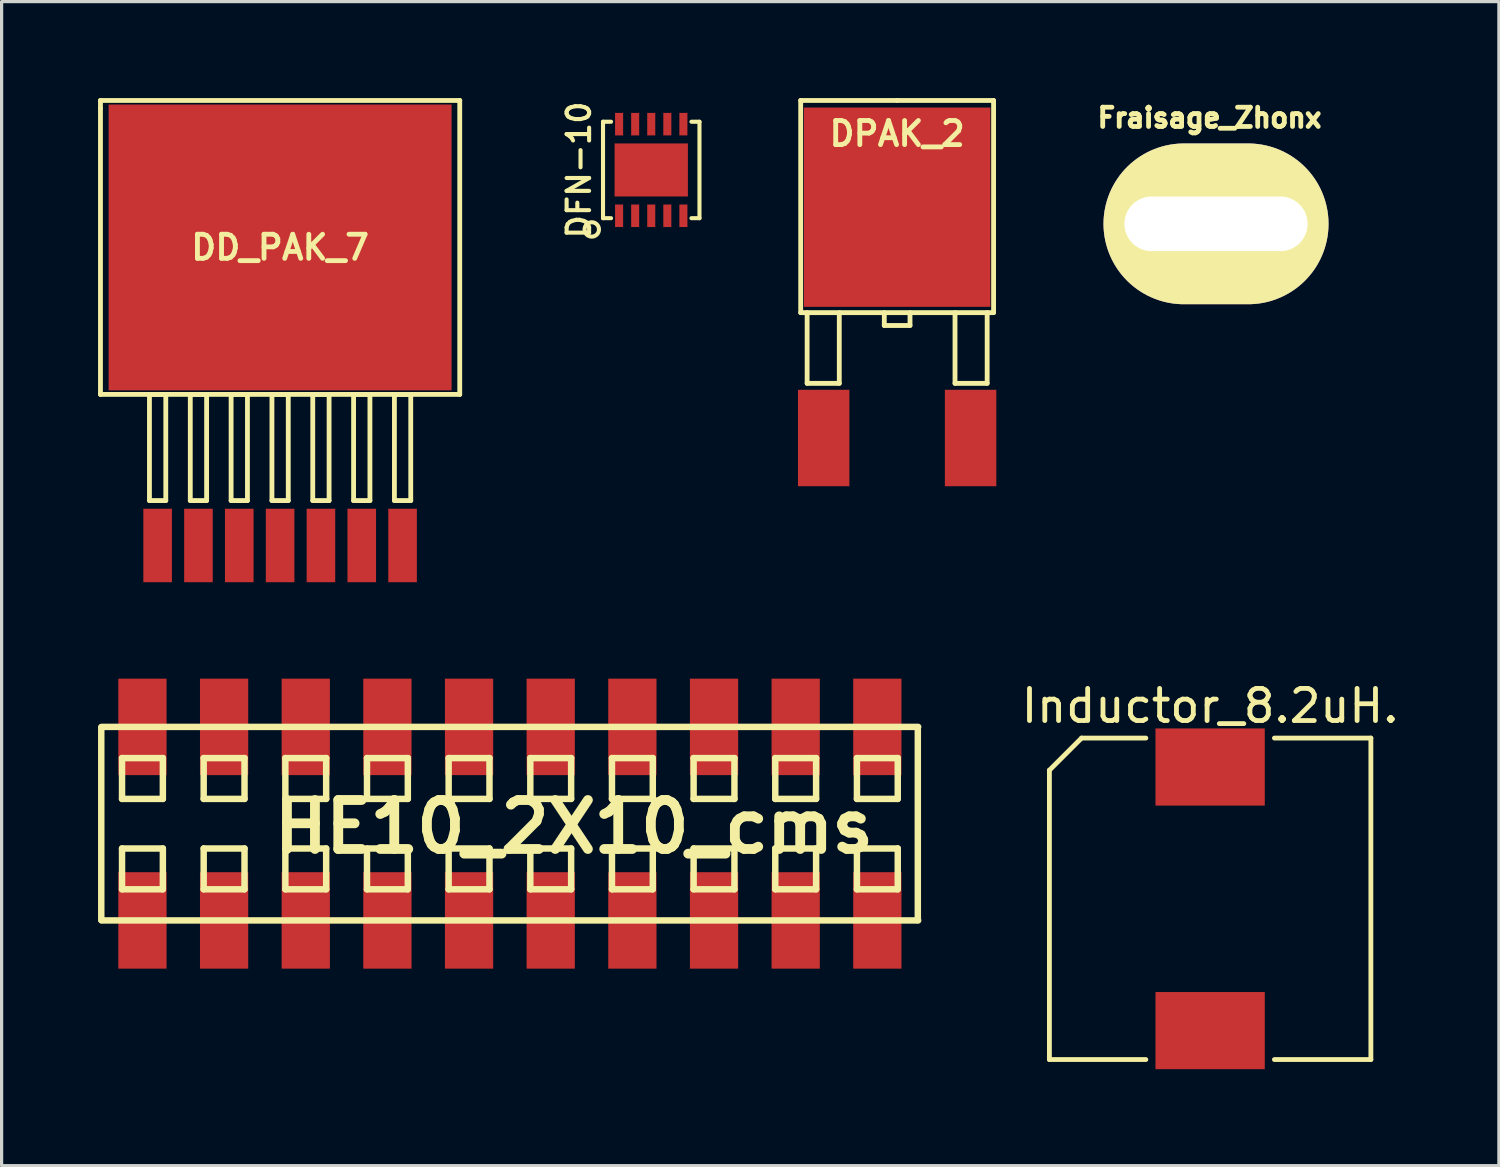
<source format=kicad_pcb>
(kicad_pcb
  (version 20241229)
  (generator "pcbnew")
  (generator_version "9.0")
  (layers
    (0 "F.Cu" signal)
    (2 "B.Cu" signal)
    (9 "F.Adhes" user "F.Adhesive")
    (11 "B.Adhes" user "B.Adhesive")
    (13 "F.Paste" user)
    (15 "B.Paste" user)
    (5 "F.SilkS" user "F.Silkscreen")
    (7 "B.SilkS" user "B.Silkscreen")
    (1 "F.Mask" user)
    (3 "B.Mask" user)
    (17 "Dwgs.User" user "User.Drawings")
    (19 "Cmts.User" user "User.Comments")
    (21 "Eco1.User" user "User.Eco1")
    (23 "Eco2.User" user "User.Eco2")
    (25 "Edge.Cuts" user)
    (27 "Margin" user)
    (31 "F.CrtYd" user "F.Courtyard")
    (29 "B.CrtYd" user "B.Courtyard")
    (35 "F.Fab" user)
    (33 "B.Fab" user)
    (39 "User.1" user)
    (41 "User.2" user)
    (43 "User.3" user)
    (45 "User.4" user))
  (footprint "Fraisage_Zhonx"
    (layer "F.Cu")
    (at 34.776 3.913)
    (property "Reference" "Fraisage_Zhonx" (at -0.201 -3.299 0) (layer "F.SilkS") (effects (font (size 0.599 0.599) (thickness 0.15))))
    (attr through_hole)
    (pad "1" thru_hole oval (at 0 0) (size 7 5.001) (drill oval 5.7 1.699) (layers "*.Cu" "*.Mask" "F.SilkS")))
  (footprint "DPAK_2"
    (layer "F.Cu")
    (at 24.857 3.395)
    (property "Reference" "DPAK_2" (at 0 -2.286 0) (layer "F.SilkS") (effects (font (size 0.75 0.75) (thickness 0.15))))
    (attr through_hole)
    (fp_line (start -3 -3.32) (end 0 -3.32) (stroke (width 0.15) (type solid)) (layer "F.SilkS"))
    (fp_line (start -3 3.28) (end -3 -3.32) (stroke (width 0.15) (type solid)) (layer "F.SilkS"))
    (fp_line (start -2.8 3.28) (end -2.8 5.48) (stroke (width 0.15) (type solid)) (layer "F.SilkS"))
    (fp_line (start -2.8 5.48) (end -1.8 5.48) (stroke (width 0.15) (type solid)) (layer "F.SilkS"))
    (fp_line (start -1.8 5.48) (end -1.8 3.28) (stroke (width 0.15) (type solid)) (layer "F.SilkS"))
    (fp_line (start -0.4 3.28) (end -0.4 3.68) (stroke (width 0.15) (type solid)) (layer "F.SilkS"))
    (fp_line (start -0.4 3.68) (end 0.4 3.68) (stroke (width 0.15) (type solid)) (layer "F.SilkS"))
    (fp_line (start 0 -3.32) (end 3 -3.32) (stroke (width 0.15) (type solid)) (layer "F.SilkS"))
    (fp_line (start 0.4 3.68) (end 0.4 3.28) (stroke (width 0.15) (type solid)) (layer "F.SilkS"))
    (fp_line (start 1.8 5.48) (end 1.8 3.28) (stroke (width 0.15) (type solid)) (layer "F.SilkS"))
    (fp_line (start 2.8 3.28) (end 2.8 5.48) (stroke (width 0.15) (type solid)) (layer "F.SilkS"))
    (fp_line (start 2.8 5.48) (end 1.8 5.48) (stroke (width 0.15) (type solid)) (layer "F.SilkS"))
    (fp_line (start 3 -3.32) (end 3 3.28) (stroke (width 0.15) (type solid)) (layer "F.SilkS"))
    (fp_line (start 3 3.28) (end -3 3.28) (stroke (width 0.15) (type solid)) (layer "F.SilkS"))
    (pad "1" smd rect (at -2.285 7.18) (size 1.6 3) (layers "F.Cu" "F.Mask" "F.Paste"))
    (pad "1" smd rect (at 2.285 7.18) (size 1.6 3) (layers "F.Cu" "F.Mask" "F.Paste"))
    (pad "2" smd rect (at 0 0) (size 5.8 6.2) (layers "F.Cu" "F.Mask" "F.Paste")))
  (footprint "DD_PAK_7"
    (layer "F.Cu")
    (at 5.663 4.647)
    (property "Reference" "DD_PAK_7" (at 0 0 0) (layer "F.SilkS") (effects (font (size 0.75 0.75) (thickness 0.15))))
    (attr through_hole)
    (fp_line (start -5.588 -4.572) (end 5.588 -4.572) (stroke (width 0.15) (type solid)) (layer "F.SilkS"))
    (fp_line (start -5.588 -4.318) (end -5.588 -4.572) (stroke (width 0.15) (type solid)) (layer "F.SilkS"))
    (fp_line (start -5.588 4.572) (end -5.588 -4.318) (stroke (width 0.15) (type solid)) (layer "F.SilkS"))
    (fp_line (start -4.064 4.572) (end -3.556 4.572) (stroke (width 0.15) (type solid)) (layer "F.SilkS"))
    (fp_line (start -4.064 7.874) (end -4.064 4.572) (stroke (width 0.15) (type solid)) (layer "F.SilkS"))
    (fp_line (start -3.556 4.572) (end -3.556 7.874) (stroke (width 0.15) (type solid)) (layer "F.SilkS"))
    (fp_line (start -3.556 7.874) (end -4.064 7.874) (stroke (width 0.15) (type solid)) (layer "F.SilkS"))
    (fp_line (start -2.794 4.572) (end -2.286 4.572) (stroke (width 0.15) (type solid)) (layer "F.SilkS"))
    (fp_line (start -2.794 7.874) (end -2.794 4.572) (stroke (width 0.15) (type solid)) (layer "F.SilkS"))
    (fp_line (start -2.286 4.572) (end -2.286 7.874) (stroke (width 0.15) (type solid)) (layer "F.SilkS"))
    (fp_line (start -2.286 7.874) (end -2.794 7.874) (stroke (width 0.15) (type solid)) (layer "F.SilkS"))
    (fp_line (start -1.524 4.572) (end -1.524 7.874) (stroke (width 0.15) (type solid)) (layer "F.SilkS"))
    (fp_line (start -1.524 7.874) (end -1.016 7.874) (stroke (width 0.15) (type solid)) (layer "F.SilkS"))
    (fp_line (start -1.016 4.572) (end -1.524 4.572) (stroke (width 0.15) (type solid)) (layer "F.SilkS"))
    (fp_line (start -1.016 7.874) (end -1.016 4.572) (stroke (width 0.15) (type solid)) (layer "F.SilkS"))
    (fp_line (start -0.254 4.572) (end -0.254 7.874) (stroke (width 0.15) (type solid)) (layer "F.SilkS"))
    (fp_line (start -0.254 7.874) (end 0.254 7.874) (stroke (width 0.15) (type solid)) (layer "F.SilkS"))
    (fp_line (start 0.254 4.572) (end -0.254 4.572) (stroke (width 0.15) (type solid)) (layer "F.SilkS"))
    (fp_line (start 0.254 7.874) (end 0.254 4.572) (stroke (width 0.15) (type solid)) (layer "F.SilkS"))
    (fp_line (start 1.016 4.572) (end 1.016 7.874) (stroke (width 0.15) (type solid)) (layer "F.SilkS"))
    (fp_line (start 1.016 7.874) (end 1.524 7.874) (stroke (width 0.15) (type solid)) (layer "F.SilkS"))
    (fp_line (start 1.524 4.572) (end 1.016 4.572) (stroke (width 0.15) (type solid)) (layer "F.SilkS"))
    (fp_line (start 1.524 7.874) (end 1.524 4.572) (stroke (width 0.15) (type solid)) (layer "F.SilkS"))
    (fp_line (start 2.286 4.572) (end 2.286 7.874) (stroke (width 0.15) (type solid)) (layer "F.SilkS"))
    (fp_line (start 2.286 7.874) (end 2.794 7.874) (stroke (width 0.15) (type solid)) (layer "F.SilkS"))
    (fp_line (start 2.794 4.572) (end 2.286 4.572) (stroke (width 0.15) (type solid)) (layer "F.SilkS"))
    (fp_line (start 2.794 7.874) (end 2.794 4.572) (stroke (width 0.15) (type solid)) (layer "F.SilkS"))
    (fp_line (start 3.556 4.572) (end 3.556 7.874) (stroke (width 0.15) (type solid)) (layer "F.SilkS"))
    (fp_line (start 3.556 7.874) (end 4.064 7.874) (stroke (width 0.15) (type solid)) (layer "F.SilkS"))
    (fp_line (start 4.064 4.572) (end 3.556 4.572) (stroke (width 0.15) (type solid)) (layer "F.SilkS"))
    (fp_line (start 4.064 7.874) (end 4.064 4.572) (stroke (width 0.15) (type solid)) (layer "F.SilkS"))
    (fp_line (start 5.588 -4.572) (end 5.588 4.572) (stroke (width 0.15) (type solid)) (layer "F.SilkS"))
    (fp_line (start 5.588 4.572) (end -5.588 4.572) (stroke (width 0.15) (type solid)) (layer "F.SilkS"))
    (pad "1" smd rect (at -3.81 9.271) (size 0.889 2.286) (layers "F.Cu" "F.Mask" "F.Paste"))
    (pad "2" smd rect (at -2.54 9.271) (size 0.889 2.286) (layers "F.Cu" "F.Mask" "F.Paste"))
    (pad "3" smd rect (at -1.27 9.271) (size 0.889 2.286) (layers "F.Cu" "F.Mask" "F.Paste"))
    (pad "4" smd rect (at 0 0) (size 10.668 8.89) (layers "F.Cu" "F.Mask" "F.Paste"))
    (pad "4" smd rect (at 0 9.271) (size 0.889 2.286) (layers "F.Cu" "F.Mask" "F.Paste"))
    (pad "5" smd rect (at 1.27 9.271) (size 0.889 2.286) (layers "F.Cu" "F.Mask" "F.Paste"))
    (pad "6" smd rect (at 2.54 9.271) (size 0.889 2.286) (layers "F.Cu" "F.Mask" "F.Paste"))
    (pad "7" smd rect (at 3.81 9.271) (size 0.889 2.286) (layers "F.Cu" "F.Mask" "F.Paste")))
  (footprint "HE10_2X10_cms"
    (layer "F.Cu")
    (at 14.802 22.571)
    (property "Reference" "HE10_2X10_cms" (at 0 0.099 0) (layer "F.SilkS") (effects (font (size 1.524 1.524) (thickness 0.305))))
    (attr through_hole)
    (fp_line (start -14.702 3) (end -14.702 -3) (stroke (width 0.201) (type solid)) (layer "F.SilkS"))
    (fp_line (start -14.691 3.01) (end 10.709 3.01) (stroke (width 0.201) (type solid)) (layer "F.SilkS"))
    (fp_line (start -14.056 -2.04) (end -12.786 -2.04) (stroke (width 0.201) (type solid)) (layer "F.SilkS"))
    (fp_line (start -14.056 -0.77) (end -14.056 -2.04) (stroke (width 0.201) (type solid)) (layer "F.SilkS"))
    (fp_line (start -14.056 0.772) (end -12.786 0.772) (stroke (width 0.201) (type solid)) (layer "F.SilkS"))
    (fp_line (start -14.056 2.042) (end -14.056 0.772) (stroke (width 0.201) (type solid)) (layer "F.SilkS"))
    (fp_line (start -12.786 -2.04) (end -12.786 -0.77) (stroke (width 0.201) (type solid)) (layer "F.SilkS"))
    (fp_line (start -12.786 -0.77) (end -14.056 -0.77) (stroke (width 0.201) (type solid)) (layer "F.SilkS"))
    (fp_line (start -12.786 0.772) (end -12.786 2.042) (stroke (width 0.201) (type solid)) (layer "F.SilkS"))
    (fp_line (start -12.786 2.042) (end -14.056 2.042) (stroke (width 0.201) (type solid)) (layer "F.SilkS"))
    (fp_line (start -11.516 -2.04) (end -10.246 -2.04) (stroke (width 0.201) (type solid)) (layer "F.SilkS"))
    (fp_line (start -11.516 -0.77) (end -11.516 -2.04) (stroke (width 0.201) (type solid)) (layer "F.SilkS"))
    (fp_line (start -11.516 0.772) (end -10.246 0.772) (stroke (width 0.201) (type solid)) (layer "F.SilkS"))
    (fp_line (start -11.516 2.042) (end -11.516 0.772) (stroke (width 0.201) (type solid)) (layer "F.SilkS"))
    (fp_line (start -10.246 -2.04) (end -10.246 -0.77) (stroke (width 0.201) (type solid)) (layer "F.SilkS"))
    (fp_line (start -10.246 -0.77) (end -11.516 -0.77) (stroke (width 0.201) (type solid)) (layer "F.SilkS"))
    (fp_line (start -10.246 0.772) (end -10.246 2.042) (stroke (width 0.201) (type solid)) (layer "F.SilkS"))
    (fp_line (start -10.246 2.042) (end -11.516 2.042) (stroke (width 0.201) (type solid)) (layer "F.SilkS"))
    (fp_line (start -8.976 -2.04) (end -8.976 -0.77) (stroke (width 0.201) (type solid)) (layer "F.SilkS"))
    (fp_line (start -8.976 -0.77) (end -7.706 -0.77) (stroke (width 0.201) (type solid)) (layer "F.SilkS"))
    (fp_line (start -8.976 0.772) (end -7.706 0.772) (stroke (width 0.201) (type solid)) (layer "F.SilkS"))
    (fp_line (start -8.976 2.042) (end -8.976 0.772) (stroke (width 0.201) (type solid)) (layer "F.SilkS"))
    (fp_line (start -7.706 -2.04) (end -8.976 -2.04) (stroke (width 0.201) (type solid)) (layer "F.SilkS"))
    (fp_line (start -7.706 -0.77) (end -7.706 -2.04) (stroke (width 0.201) (type solid)) (layer "F.SilkS"))
    (fp_line (start -7.706 0.772) (end -7.706 2.042) (stroke (width 0.201) (type solid)) (layer "F.SilkS"))
    (fp_line (start -7.706 2.042) (end -8.976 2.042) (stroke (width 0.201) (type solid)) (layer "F.SilkS"))
    (fp_line (start -6.436 -2.04) (end -6.436 -0.77) (stroke (width 0.201) (type solid)) (layer "F.SilkS"))
    (fp_line (start -6.436 -0.77) (end -5.166 -0.77) (stroke (width 0.201) (type solid)) (layer "F.SilkS"))
    (fp_line (start -6.436 0.772) (end -5.166 0.772) (stroke (width 0.201) (type solid)) (layer "F.SilkS"))
    (fp_line (start -6.436 2.042) (end -6.436 0.772) (stroke (width 0.201) (type solid)) (layer "F.SilkS"))
    (fp_line (start -5.166 -2.04) (end -6.436 -2.04) (stroke (width 0.201) (type solid)) (layer "F.SilkS"))
    (fp_line (start -5.166 -0.77) (end -5.166 -2.04) (stroke (width 0.201) (type solid)) (layer "F.SilkS"))
    (fp_line (start -5.166 0.772) (end -5.166 2.042) (stroke (width 0.201) (type solid)) (layer "F.SilkS"))
    (fp_line (start -5.166 2.042) (end -6.436 2.042) (stroke (width 0.201) (type solid)) (layer "F.SilkS"))
    (fp_line (start -3.896 -2.04) (end -2.626 -2.04) (stroke (width 0.201) (type solid)) (layer "F.SilkS"))
    (fp_line (start -3.896 -0.77) (end -3.896 -2.04) (stroke (width 0.201) (type solid)) (layer "F.SilkS"))
    (fp_line (start -3.896 0.772) (end -2.626 0.772) (stroke (width 0.201) (type solid)) (layer "F.SilkS"))
    (fp_line (start -3.896 2.042) (end -3.896 0.772) (stroke (width 0.201) (type solid)) (layer "F.SilkS"))
    (fp_line (start -2.626 -2.04) (end -2.626 -0.77) (stroke (width 0.201) (type solid)) (layer "F.SilkS"))
    (fp_line (start -2.626 -0.77) (end -3.896 -0.77) (stroke (width 0.201) (type solid)) (layer "F.SilkS"))
    (fp_line (start -2.626 0.772) (end -2.626 2.042) (stroke (width 0.201) (type solid)) (layer "F.SilkS"))
    (fp_line (start -2.626 2.042) (end -3.896 2.042) (stroke (width 0.201) (type solid)) (layer "F.SilkS"))
    (fp_line (start -1.356 -0.77) (end -1.356 -2.04) (stroke (width 0.201) (type solid)) (layer "F.SilkS"))
    (fp_line (start -1.356 0.772) (end -0.086 0.772) (stroke (width 0.201) (type solid)) (layer "F.SilkS"))
    (fp_line (start -1.356 2.042) (end -1.356 0.772) (stroke (width 0.201) (type solid)) (layer "F.SilkS"))
    (fp_line (start -0.086 -2.04) (end -1.356 -2.04) (stroke (width 0.201) (type solid)) (layer "F.SilkS"))
    (fp_line (start -0.086 -2.04) (end -0.086 -0.77) (stroke (width 0.201) (type solid)) (layer "F.SilkS"))
    (fp_line (start -0.086 -0.77) (end -1.356 -0.77) (stroke (width 0.201) (type solid)) (layer "F.SilkS"))
    (fp_line (start -0.086 0.772) (end -0.086 2.042) (stroke (width 0.201) (type solid)) (layer "F.SilkS"))
    (fp_line (start -0.086 2.042) (end -1.356 2.042) (stroke (width 0.201) (type solid)) (layer "F.SilkS"))
    (fp_line (start 1.184 -2.04) (end 2.454 -2.04) (stroke (width 0.201) (type solid)) (layer "F.SilkS"))
    (fp_line (start 1.184 -0.77) (end 1.184 -2.04) (stroke (width 0.201) (type solid)) (layer "F.SilkS"))
    (fp_line (start 1.184 0.772) (end 1.184 2.042) (stroke (width 0.201) (type solid)) (layer "F.SilkS"))
    (fp_line (start 1.184 2.042) (end 2.454 2.042) (stroke (width 0.201) (type solid)) (layer "F.SilkS"))
    (fp_line (start 2.454 -2.04) (end 2.454 -0.77) (stroke (width 0.201) (type solid)) (layer "F.SilkS"))
    (fp_line (start 2.454 -0.77) (end 1.184 -0.77) (stroke (width 0.201) (type solid)) (layer "F.SilkS"))
    (fp_line (start 2.454 0.772) (end 1.184 0.772) (stroke (width 0.201) (type solid)) (layer "F.SilkS"))
    (fp_line (start 2.454 2.042) (end 2.454 0.772) (stroke (width 0.201) (type solid)) (layer "F.SilkS"))
    (fp_line (start 3.724 -2.04) (end 4.994 -2.04) (stroke (width 0.201) (type solid)) (layer "F.SilkS"))
    (fp_line (start 3.724 -0.77) (end 3.724 -2.04) (stroke (width 0.201) (type solid)) (layer "F.SilkS"))
    (fp_line (start 3.724 0.772) (end 3.724 2.042) (stroke (width 0.201) (type solid)) (layer "F.SilkS"))
    (fp_line (start 3.724 2.042) (end 4.994 2.042) (stroke (width 0.201) (type solid)) (layer "F.SilkS"))
    (fp_line (start 4.994 -2.04) (end 4.994 -0.77) (stroke (width 0.201) (type solid)) (layer "F.SilkS"))
    (fp_line (start 4.994 -0.77) (end 3.724 -0.77) (stroke (width 0.201) (type solid)) (layer "F.SilkS"))
    (fp_line (start 4.994 0.772) (end 3.724 0.772) (stroke (width 0.201) (type solid)) (layer "F.SilkS"))
    (fp_line (start 4.994 2.042) (end 4.994 0.772) (stroke (width 0.201) (type solid)) (layer "F.SilkS"))
    (fp_line (start 6.264 -2.04) (end 7.534 -2.04) (stroke (width 0.201) (type solid)) (layer "F.SilkS"))
    (fp_line (start 6.264 -0.77) (end 6.264 -2.04) (stroke (width 0.201) (type solid)) (layer "F.SilkS"))
    (fp_line (start 6.264 0.772) (end 6.264 2.042) (stroke (width 0.201) (type solid)) (layer "F.SilkS"))
    (fp_line (start 6.264 2.042) (end 7.534 2.042) (stroke (width 0.201) (type solid)) (layer "F.SilkS"))
    (fp_line (start 7.534 -2.04) (end 7.534 -0.77) (stroke (width 0.201) (type solid)) (layer "F.SilkS"))
    (fp_line (start 7.534 -0.77) (end 6.264 -0.77) (stroke (width 0.201) (type solid)) (layer "F.SilkS"))
    (fp_line (start 7.534 0.772) (end 6.264 0.772) (stroke (width 0.201) (type solid)) (layer "F.SilkS"))
    (fp_line (start 7.534 2.042) (end 7.534 0.772) (stroke (width 0.201) (type solid)) (layer "F.SilkS"))
    (fp_line (start 8.804 -2.04) (end 8.804 -0.77) (stroke (width 0.201) (type solid)) (layer "F.SilkS"))
    (fp_line (start 8.804 -0.77) (end 10.074 -0.77) (stroke (width 0.201) (type solid)) (layer "F.SilkS"))
    (fp_line (start 8.804 0.772) (end 8.804 2.042) (stroke (width 0.201) (type solid)) (layer "F.SilkS"))
    (fp_line (start 8.804 2.042) (end 10.074 2.042) (stroke (width 0.201) (type solid)) (layer "F.SilkS"))
    (fp_line (start 10.074 -2.04) (end 8.804 -2.04) (stroke (width 0.201) (type solid)) (layer "F.SilkS"))
    (fp_line (start 10.074 -0.77) (end 10.074 -2.04) (stroke (width 0.201) (type solid)) (layer "F.SilkS"))
    (fp_line (start 10.074 0.772) (end 8.804 0.772) (stroke (width 0.201) (type solid)) (layer "F.SilkS"))
    (fp_line (start 10.074 2.042) (end 10.074 0.772) (stroke (width 0.201) (type solid)) (layer "F.SilkS"))
    (fp_line (start 10.698 3) (end 10.698 -3) (stroke (width 0.201) (type solid)) (layer "F.SilkS"))
    (fp_line (start 10.709 -3.01) (end -14.691 -3.01) (stroke (width 0.201) (type solid)) (layer "F.SilkS"))
    (pad "1" smd rect (at 9.439 -3.01 180) (size 1.501 3) (layers "F.Cu" "F.Mask" "F.Paste"))
    (pad "2" smd rect (at 9.439 3.01 180) (size 1.501 3) (layers "F.Cu" "F.Mask" "F.Paste"))
    (pad "3" smd rect (at 6.899 -3.01 180) (size 1.501 3) (layers "F.Cu" "F.Mask" "F.Paste"))
    (pad "4" smd rect (at 6.899 3.01 180) (size 1.501 3) (layers "F.Cu" "F.Mask" "F.Paste"))
    (pad "5" smd rect (at 4.359 -3.01 180) (size 1.501 3) (layers "F.Cu" "F.Mask" "F.Paste"))
    (pad "6" smd rect (at 4.359 3.01 180) (size 1.501 3) (layers "F.Cu" "F.Mask" "F.Paste"))
    (pad "7" smd rect (at 1.819 -3.01 180) (size 1.501 3) (layers "F.Cu" "F.Mask" "F.Paste"))
    (pad "8" smd rect (at 1.819 3.01 180) (size 1.501 3) (layers "F.Cu" "F.Mask" "F.Paste"))
    (pad "9" smd rect (at -0.721 -3.01 180) (size 1.501 3) (layers "F.Cu" "F.Mask" "F.Paste"))
    (pad "10" smd rect (at -0.721 3.01 180) (size 1.501 3) (layers "F.Cu" "F.Mask" "F.Paste"))
    (pad "11" smd rect (at -3.261 -3.01 180) (size 1.501 3) (layers "F.Cu" "F.Mask" "F.Paste"))
    (pad "12" smd rect (at -3.261 3.01 180) (size 1.501 3) (layers "F.Cu" "F.Mask" "F.Paste"))
    (pad "13" smd rect (at -5.801 -3.01 180) (size 1.501 3) (layers "F.Cu" "F.Mask" "F.Paste"))
    (pad "14" smd rect (at -5.801 3.01 180) (size 1.501 3) (layers "F.Cu" "F.Mask" "F.Paste"))
    (pad "15" smd rect (at -8.341 -3.01 180) (size 1.501 3) (layers "F.Cu" "F.Mask" "F.Paste"))
    (pad "16" smd rect (at -8.341 3.01 180) (size 1.501 3) (layers "F.Cu" "F.Mask" "F.Paste"))
    (pad "17" smd rect (at -10.881 -3.01 180) (size 1.501 3) (layers "F.Cu" "F.Mask" "F.Paste"))
    (pad "18" smd rect (at -10.881 3.01 180) (size 1.501 3) (layers "F.Cu" "F.Mask" "F.Paste"))
    (pad "19" smd rect (at -13.421 -3.01 180) (size 1.501 3) (layers "F.Cu" "F.Mask" "F.Paste"))
    (pad "20" smd rect (at -13.421 3.01 180) (size 1.501 3) (layers "F.Cu" "F.Mask" "F.Paste")))
  (footprint "DFN-10"
    (layer "F.Cu")
    (at 17.208 2.237)
    (property "Reference" "DFN-10" (at -2.25 0 90) (layer "F.SilkS") (effects (font (size 0.7 0.7) (thickness 0.127))))
    (attr through_hole)
    (fp_line (start -1.5 -1.5) (end -1.25 -1.5) (stroke (width 0.127) (type solid)) (layer "F.SilkS"))
    (fp_line (start -1.5 1.5) (end -1.5 -1.5) (stroke (width 0.127) (type solid)) (layer "F.SilkS"))
    (fp_line (start -1.25 1.5) (end -1.5 1.5) (stroke (width 0.127) (type solid)) (layer "F.SilkS"))
    (fp_line (start 1.25 -1.5) (end 1.5 -1.5) (stroke (width 0.127) (type solid)) (layer "F.SilkS"))
    (fp_line (start 1.5 -1.5) (end 1.5 1.5) (stroke (width 0.127) (type solid)) (layer "F.SilkS"))
    (fp_line (start 1.5 1.5) (end 1.25 1.5) (stroke (width 0.127) (type solid)) (layer "F.SilkS"))
    (fp_circle (center -1.85 1.85) (end -1.95 2.05) (stroke (width 0.127) (type solid)) (fill no) (layer "F.SilkS"))
    (pad "1" smd rect (at -1 1.425) (size 0.25 0.7) (layers "F.Cu" "F.Mask" "F.Paste"))
    (pad "2" smd rect (at -0.5 1.425) (size 0.25 0.7) (layers "F.Cu" "F.Mask" "F.Paste"))
    (pad "3" smd rect (at 0 1.425) (size 0.25 0.7) (layers "F.Cu" "F.Mask" "F.Paste"))
    (pad "4" smd rect (at 0.5 1.425) (size 0.25 0.7) (layers "F.Cu" "F.Mask" "F.Paste"))
    (pad "5" smd rect (at 1 1.425) (size 0.25 0.7) (layers "F.Cu" "F.Mask" "F.Paste"))
    (pad "6" smd rect (at 1 -1.425) (size 0.25 0.7) (layers "F.Cu" "F.Mask" "F.Paste"))
    (pad "7" smd rect (at 0.5 -1.425) (size 0.25 0.7) (layers "F.Cu" "F.Mask" "F.Paste"))
    (pad "8" smd rect (at 0 -1.425) (size 0.25 0.7) (layers "F.Cu" "F.Mask" "F.Paste"))
    (pad "9" smd rect (at -0.5 -1.425) (size 0.25 0.7) (layers "F.Cu" "F.Mask" "F.Paste"))
    (pad "10" smd rect (at -1 -1.425) (size 0.25 0.7) (layers "F.Cu" "F.Mask" "F.Paste"))
    (pad "11" smd rect (at 0 0) (size 2.28 1.65) (layers "F.Cu" "F.Mask" "F.Paste")))
  (footprint "Inductor_8.2uH."
    (layer "F.Cu")
    (at 34.593 24.909)
    (property "Reference" "Inductor_8.2uH." (at 0 -6 0) (layer "F.SilkS") (effects (font (size 1 1) (thickness 0.15))))
    (attr through_hole)
    (fp_line (start -5 -4) (end -5 5) (stroke (width 0.15) (type solid)) (layer "F.SilkS"))
    (fp_line (start -5 5) (end -2 5) (stroke (width 0.15) (type solid)) (layer "F.SilkS"))
    (fp_line (start -4 -5) (end -5 -4) (stroke (width 0.15) (type solid)) (layer "F.SilkS"))
    (fp_line (start -2 -5) (end -4 -5) (stroke (width 0.15) (type solid)) (layer "F.SilkS"))
    (fp_line (start 2 5) (end 5 5) (stroke (width 0.15) (type solid)) (layer "F.SilkS"))
    (fp_line (start 5 -5) (end 2 -5) (stroke (width 0.15) (type solid)) (layer "F.SilkS"))
    (fp_line (start 5 5) (end 5 -5) (stroke (width 0.15) (type solid)) (layer "F.SilkS"))
    (pad "1" smd rect (at 0 -4.1) (size 3.4 2.4) (layers "F.Cu" "F.Mask" "F.Paste"))
    (pad "2" smd rect (at 0 4.1) (size 3.4 2.4) (layers "F.Cu" "F.Mask" "F.Paste")))
  (gr_rect
    (start -3 -3)
    (end 43.575 33.209)
    (stroke (width 0.1) (type default))
    (fill no)
    (layer "Edge.Cuts")))
</source>
